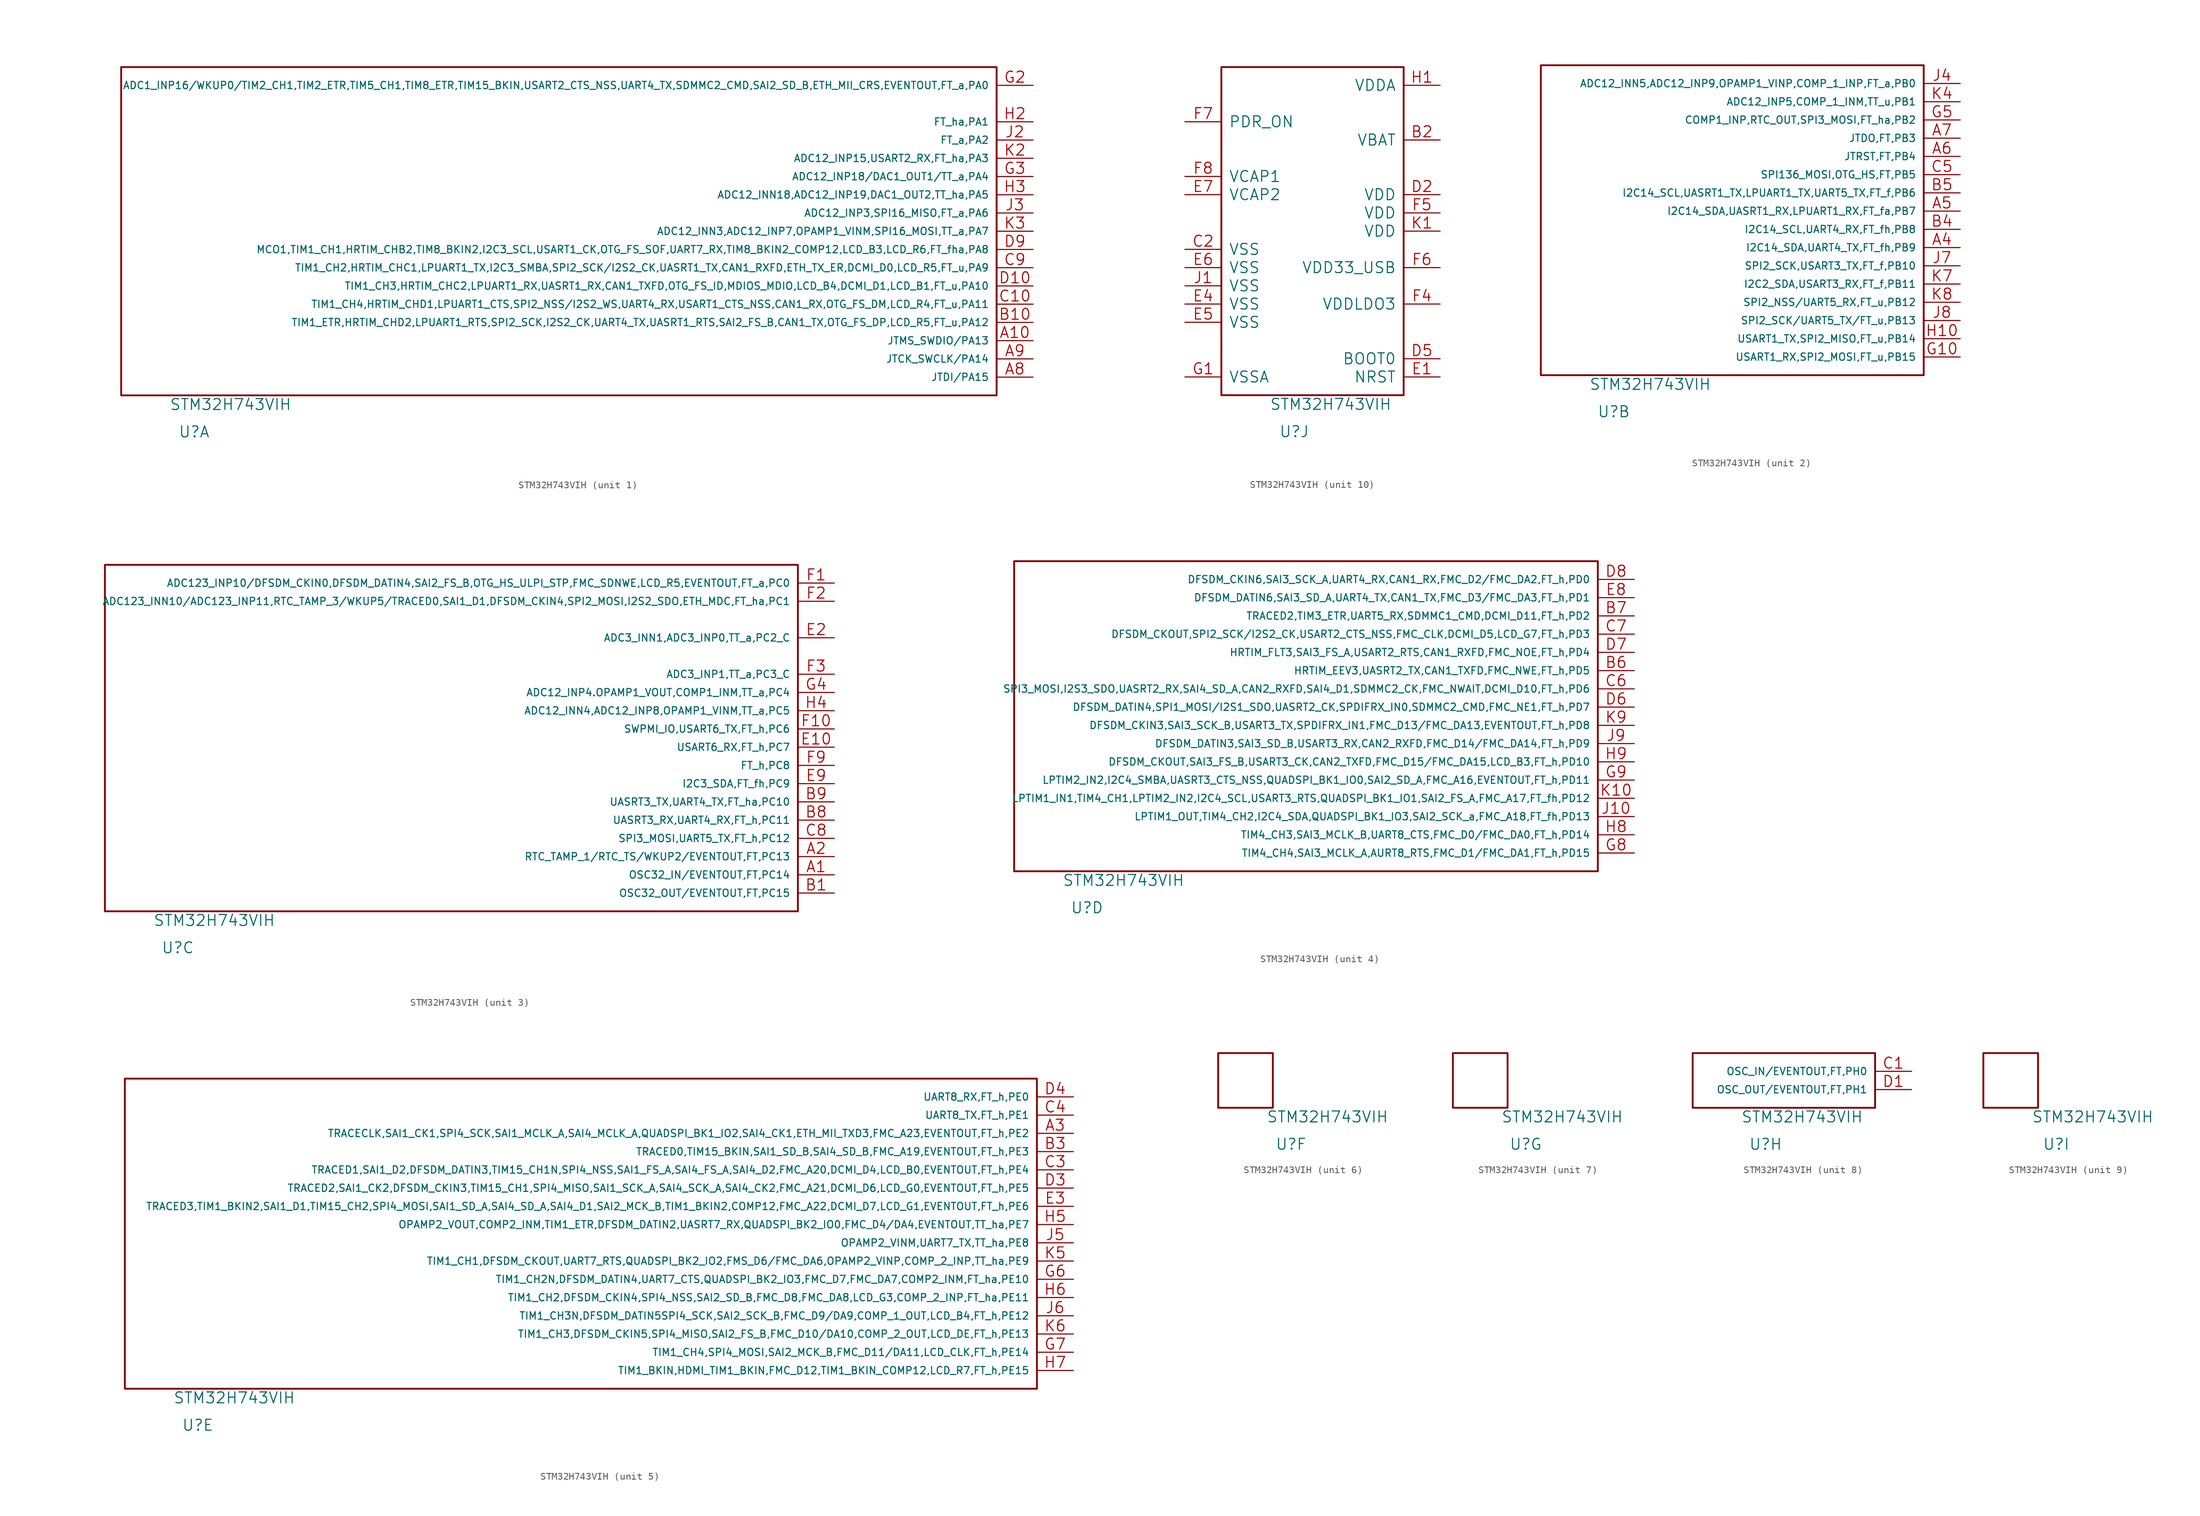
<source format=kicad_sym>
(kicad_symbol_lib
  (version 20220914)
  (generator kicad_symbol_editor)
  (symbol "STM32H743VIH"
    (pin_names
      (offset 1.016))
    (property "Reference" "U"
      (at 10.16 -5.08 0)
      (effects (font (size 1.524 1.524))))
    (property "Value" "STM32H743VIH"
      (at 15.24 -1.27 0)
      (effects (font (size 1.524 1.524))))
    (property "ki_locked" ""
      (at 0 0 0)
      (effects (font (size 1.27 1.27))))
    (symbol "STM32H743VIH_1_1"
      (rectangle (start 0 45.72) (end 121.92 0) (stroke (width 0.254) (type solid)) (fill (type none)))
      (pin bidirectional line (at 127 7.62 180) (length 5.08) (name "JTMS_SWDIO/PA13" (effects (font (size 1.016 1.016)))) (number "A10" (effects (font (size 1.524 1.524)))))
      (pin bidirectional line (at 127 2.54 180) (length 5.08) (name "JTDI/PA15" (effects (font (size 1.016 1.016)))) (number "A8" (effects (font (size 1.524 1.524)))))
      (pin bidirectional line (at 127 5.08 180) (length 5.08) (name "JTCK_SWCLK/PA14" (effects (font (size 1.016 1.016)))) (number "A9" (effects (font (size 1.524 1.524)))))
      (pin bidirectional line (at 127 10.16 180) (length 5.08) (name "TIM1_ETR,HRTIM_CHD2,LPUART1_RTS,SPI2_SCK,I2S2_CK,UART4_TX,UASRT1_RTS,SAI2_FS_B,CAN1_TX,OTG_FS_DP,LCD_R5,FT_u,PA12" (effects (font (size 1.016 1.016)))) (number "B10" (effects (font (size 1.524 1.524)))))
      (pin bidirectional line (at 127 12.7 180) (length 5.08) (name "TIM1_CH4,HRTIM_CHD1,LPUART1_CTS,SPI2_NSS/I2S2_WS,UART4_RX,USART1_CTS_NSS,CAN1_RX,OTG_FS_DM,LCD_R4,FT_u,PA11" (effects (font (size 1.016 1.016)))) (number "C10" (effects (font (size 1.524 1.524)))))
      (pin bidirectional line (at 127 17.78 180) (length 5.08) (name "TIM1_CH2,HRTIM_CHC1,LPUART1_TX,I2C3_SMBA,SPI2_SCK/I2S2_CK,UASRT1_TX,CAN1_RXFD,ETH_TX_ER,DCMI_D0,LCD_R5,FT_u,PA9" (effects (font (size 1.016 1.016)))) (number "C9" (effects (font (size 1.524 1.524)))))
      (pin bidirectional line (at 127 15.24 180) (length 5.08) (name "TIM1_CH3,HRTIM_CHC2,LPUART1_RX,UASRT1_RX,CAN1_TXFD,OTG_FS_ID,MDIOS_MDIO,LCD_B4,DCMI_D1,LCD_B1,FT_u,PA10" (effects (font (size 1.016 1.016)))) (number "D10" (effects (font (size 1.524 1.524)))))
      (pin bidirectional line (at 127 20.32 180) (length 5.08) (name "MCO1,TIM1_CH1,HRTIM_CHB2,TIM8_BKIN2,I2C3_SCL,USART1_CK,OTG_FS_SOF,UART7_RX,TIM8_BKIN2_COMP12,LCD_B3,LCD_R6,FT_fha,PA8" (effects (font (size 1.016 1.016)))) (number "D9" (effects (font (size 1.524 1.524)))))
      (pin bidirectional line (at 127 43.18 180) (length 5.08) (name "ADC1_INP16/WKUP0/TIM2_CH1,TIM2_ETR,TIM5_CH1,TIM8_ETR,TIM15_BKIN,USART2_CTS_NSS,UART4_TX,SDMMC2_CMD,SAI2_SD_B,ETH_MII_CRS,EVENTOUT,FT_a,PA0" (effects (font (size 1.016 1.016)))) (number "G2" (effects (font (size 1.524 1.524)))))
      (pin bidirectional line (at 127 30.48 180) (length 5.08) (name "ADC12_INP18/DAC1_OUT1/TT_a,PA4" (effects (font (size 1.016 1.016)))) (number "G3" (effects (font (size 1.524 1.524)))))
      (pin bidirectional line (at 127 38.1 180) (length 5.08) (name "FT_ha,PA1" (effects (font (size 1.016 1.016)))) (number "H2" (effects (font (size 1.524 1.524)))))
      (pin bidirectional line (at 127 27.94 180) (length 5.08) (name "ADC12_INN18,ADC12_INP19,DAC1_OUT2,TT_ha,PA5" (effects (font (size 1.016 1.016)))) (number "H3" (effects (font (size 1.524 1.524)))))
      (pin bidirectional line (at 127 35.56 180) (length 5.08) (name "FT_a,PA2" (effects (font (size 1.016 1.016)))) (number "J2" (effects (font (size 1.524 1.524)))))
      (pin bidirectional line (at 127 25.4 180) (length 5.08) (name "ADC12_INP3,SPI16_MISO,FT_a,PA6" (effects (font (size 1.016 1.016)))) (number "J3" (effects (font (size 1.524 1.524)))))
      (pin bidirectional line (at 127 33.02 180) (length 5.08) (name "ADC12_INP15,USART2_RX,FT_ha,PA3" (effects (font (size 1.016 1.016)))) (number "K2" (effects (font (size 1.524 1.524)))))
      (pin bidirectional line (at 127 22.86 180) (length 5.08) (name "ADC12_INN3,ADC12_INP7,OPAMP1_VINM,SPI16_MOSI,TT_a,PA7" (effects (font (size 1.016 1.016)))) (number "K3" (effects (font (size 1.524 1.524))))))
    (symbol "STM32H743VIH_2_1"
      (rectangle (start 53.34 0) (end 0 43.18) (stroke (width 0.254) (type solid)) (fill (type none)))
      (pin bidirectional line (at 58.42 17.78 180) (length 5.08) (name "I2C14_SDA,UART4_TX,FT_fh,PB9" (effects (font (size 1.016 1.016)))) (number "A4" (effects (font (size 1.524 1.524)))))
      (pin bidirectional line (at 58.42 22.86 180) (length 5.08) (name "I2C14_SDA,UASRT1_RX,LPUART1_RX,FT_fa,PB7" (effects (font (size 1.016 1.016)))) (number "A5" (effects (font (size 1.524 1.524)))))
      (pin bidirectional line (at 58.42 30.48 180) (length 5.08) (name "JTRST,FT,PB4" (effects (font (size 1.016 1.016)))) (number "A6" (effects (font (size 1.524 1.524)))))
      (pin bidirectional line (at 58.42 33.02 180) (length 5.08) (name "JTDO,FT,PB3" (effects (font (size 1.016 1.016)))) (number "A7" (effects (font (size 1.524 1.524)))))
      (pin bidirectional line (at 58.42 20.32 180) (length 5.08) (name "I2C14_SCL,UART4_RX,FT_fh,PB8" (effects (font (size 1.016 1.016)))) (number "B4" (effects (font (size 1.524 1.524)))))
      (pin bidirectional line (at 58.42 25.4 180) (length 5.08) (name "I2C14_SCL,UASRT1_TX,LPUART1_TX,UART5_TX,FT_f,PB6" (effects (font (size 1.016 1.016)))) (number "B5" (effects (font (size 1.524 1.524)))))
      (pin bidirectional line (at 58.42 27.94 180) (length 5.08) (name "SPI136_MOSI,OTG_HS,FT,PB5" (effects (font (size 1.016 1.016)))) (number "C5" (effects (font (size 1.524 1.524)))))
      (pin bidirectional line (at 58.42 2.54 180) (length 5.08) (name "USART1_RX,SPI2_MOSI,FT_u,PB15" (effects (font (size 1.016 1.016)))) (number "G10" (effects (font (size 1.524 1.524)))))
      (pin bidirectional line (at 58.42 35.56 180) (length 5.08) (name "COMP1_INP,RTC_OUT,SPI3_MOSI,FT_ha,PB2" (effects (font (size 1.016 1.016)))) (number "G5" (effects (font (size 1.524 1.524)))))
      (pin bidirectional line (at 58.42 5.08 180) (length 5.08) (name "USART1_TX,SPI2_MISO,FT_u,PB14" (effects (font (size 1.016 1.016)))) (number "H10" (effects (font (size 1.524 1.524)))))
      (pin bidirectional line (at 58.42 40.64 180) (length 5.08) (name "ADC12_INN5,ADC12_INP9,OPAMP1_VINP,COMP_1_INP,FT_a,PB0" (effects (font (size 1.016 1.016)))) (number "J4" (effects (font (size 1.524 1.524)))))
      (pin bidirectional line (at 58.42 15.24 180) (length 5.08) (name "SPI2_SCK,USART3_TX,FT_f,PB10" (effects (font (size 1.016 1.016)))) (number "J7" (effects (font (size 1.524 1.524)))))
      (pin bidirectional line (at 58.42 7.62 180) (length 5.08) (name "SPI2_SCK/UART5_TX/FT_u,PB13" (effects (font (size 1.016 1.016)))) (number "J8" (effects (font (size 1.524 1.524)))))
      (pin bidirectional line (at 58.42 38.1 180) (length 5.08) (name "ADC12_INP5,COMP_1_INM,TT_u,PB1" (effects (font (size 1.016 1.016)))) (number "K4" (effects (font (size 1.524 1.524)))))
      (pin bidirectional line (at 58.42 12.7 180) (length 5.08) (name "I2C2_SDA,USART3_RX,FT_f,PB11" (effects (font (size 1.016 1.016)))) (number "K7" (effects (font (size 1.524 1.524)))))
      (pin bidirectional line (at 58.42 10.16 180) (length 5.08) (name "SPI2_NSS/UART5_RX,FT_u,PB12" (effects (font (size 1.016 1.016)))) (number "K8" (effects (font (size 1.524 1.524))))))
    (symbol "STM32H743VIH_3_1"
      (rectangle (start 96.52 0) (end 0 48.26) (stroke (width 0.254) (type solid)) (fill (type none)))
      (pin bidirectional line (at 101.6 5.08 180) (length 5.08) (name "OSC32_IN/EVENTOUT,FT,PC14" (effects (font (size 1.016 1.016)))) (number "A1" (effects (font (size 1.524 1.524)))))
      (pin bidirectional line (at 101.6 7.62 180) (length 5.08) (name "RTC_TAMP_1/RTC_TS/WKUP2/EVENTOUT,FT,PC13" (effects (font (size 1.016 1.016)))) (number "A2" (effects (font (size 1.524 1.524)))))
      (pin bidirectional line (at 101.6 2.54 180) (length 5.08) (name "OSC32_OUT/EVENTOUT,FT,PC15" (effects (font (size 1.016 1.016)))) (number "B1" (effects (font (size 1.524 1.524)))))
      (pin bidirectional line (at 101.6 12.7 180) (length 5.08) (name "UASRT3_RX,UART4_RX,FT_h,PC11" (effects (font (size 1.016 1.016)))) (number "B8" (effects (font (size 1.524 1.524)))))
      (pin bidirectional line (at 101.6 15.24 180) (length 5.08) (name "UASRT3_TX,UART4_TX,FT_ha,PC10" (effects (font (size 1.016 1.016)))) (number "B9" (effects (font (size 1.524 1.524)))))
      (pin bidirectional line (at 101.6 10.16 180) (length 5.08) (name "SPI3_MOSI,UART5_TX,FT_h,PC12" (effects (font (size 1.016 1.016)))) (number "C8" (effects (font (size 1.524 1.524)))))
      (pin bidirectional line (at 101.6 22.86 180) (length 5.08) (name "USART6_RX,FT_h,PC7" (effects (font (size 1.016 1.016)))) (number "E10" (effects (font (size 1.524 1.524)))))
      (pin input line (at 101.6 38.1 180) (length 5.08) (name "ADC3_INN1,ADC3_INP0,TT_a,PC2_C" (effects (font (size 1.016 1.016)))) (number "E2" (effects (font (size 1.524 1.524)))))
      (pin bidirectional line (at 101.6 17.78 180) (length 5.08) (name "I2C3_SDA,FT_fh,PC9" (effects (font (size 1.016 1.016)))) (number "E9" (effects (font (size 1.524 1.524)))))
      (pin bidirectional line (at 101.6 45.72 180) (length 5.08) (name "ADC123_INP10/DFSDM_CKIN0,DFSDM_DATIN4,SAI2_FS_B,OTG_HS_ULPI_STP,FMC_SDNWE,LCD_R5,EVENTOUT,FT_a,PC0" (effects (font (size 1.016 1.016)))) (number "F1" (effects (font (size 1.524 1.524)))))
      (pin bidirectional line (at 101.6 25.4 180) (length 5.08) (name "SWPMI_IO,USART6_TX,FT_h,PC6" (effects (font (size 1.016 1.016)))) (number "F10" (effects (font (size 1.524 1.524)))))
      (pin bidirectional line (at 101.6 43.18 180) (length 5.08) (name "ADC123_INN10/ADC123_INP11,RTC_TAMP_3/WKUP5/TRACED0,SAI1_D1,DFSDM_CKIN4,SPI2_MOSI,I2S2_SDO,ETH_MDC,FT_ha,PC1" (effects (font (size 1.016 1.016)))) (number "F2" (effects (font (size 1.524 1.524)))))
      (pin input line (at 101.6 33.02 180) (length 5.08) (name "ADC3_INP1,TT_a,PC3_C" (effects (font (size 1.016 1.016)))) (number "F3" (effects (font (size 1.524 1.524)))))
      (pin bidirectional line (at 101.6 20.32 180) (length 5.08) (name "FT_h,PC8" (effects (font (size 1.016 1.016)))) (number "F9" (effects (font (size 1.524 1.524)))))
      (pin bidirectional line (at 101.6 30.48 180) (length 5.08) (name "ADC12_INP4.OPAMP1_VOUT,COMP1_INM,TT_a,PC4" (effects (font (size 1.016 1.016)))) (number "G4" (effects (font (size 1.524 1.524)))))
      (pin bidirectional line (at 101.6 27.94 180) (length 5.08) (name "ADC12_INN4,ADC12_INP8,OPAMP1_VINM,TT_a,PC5" (effects (font (size 1.016 1.016)))) (number "H4" (effects (font (size 1.524 1.524))))))
    (symbol "STM32H743VIH_4_1"
      (rectangle (start 81.28 0) (end 0 43.18) (stroke (width 0.254) (type solid)) (fill (type none)))
      (pin bidirectional line (at 86.36 27.94 180) (length 5.08) (name "HRTIM_EEV3,UASRT2_TX,CAN1_TXFD,FMC_NWE,FT_h,PD5" (effects (font (size 1.016 1.016)))) (number "B6" (effects (font (size 1.524 1.524)))))
      (pin bidirectional line (at 86.36 35.56 180) (length 5.08) (name "TRACED2,TIM3_ETR,UART5_RX,SDMMC1_CMD,DCMI_D11,FT_h,PD2" (effects (font (size 1.016 1.016)))) (number "B7" (effects (font (size 1.524 1.524)))))
      (pin bidirectional line (at 86.36 25.4 180) (length 5.08) (name "SPI3_MOSI,I2S3_SDO,UASRT2_RX,SAI4_SD_A,CAN2_RXFD,SAI4_D1,SDMMC2_CK,FMC_NWAIT,DCMI_D10,FT_h,PD6" (effects (font (size 1.016 1.016)))) (number "C6" (effects (font (size 1.524 1.524)))))
      (pin bidirectional line (at 86.36 33.02 180) (length 5.08) (name "DFSDM_CKOUT,SPI2_SCK/I2S2_CK,USART2_CTS_NSS,FMC_CLK,DCMI_D5,LCD_G7,FT_h,PD3" (effects (font (size 1.016 1.016)))) (number "C7" (effects (font (size 1.524 1.524)))))
      (pin bidirectional line (at 86.36 22.86 180) (length 5.08) (name "DFSDM_DATIN4,SPI1_MOSI/I2S1_SDO,UASRT2_CK,SPDIFRX_IN0,SDMMC2_CMD,FMC_NE1,FT_h,PD7" (effects (font (size 1.016 1.016)))) (number "D6" (effects (font (size 1.524 1.524)))))
      (pin bidirectional line (at 86.36 30.48 180) (length 5.08) (name "HRTIM_FLT3,SAI3_FS_A,USART2_RTS,CAN1_RXFD,FMC_NOE,FT_h,PD4" (effects (font (size 1.016 1.016)))) (number "D7" (effects (font (size 1.524 1.524)))))
      (pin bidirectional line (at 86.36 40.64 180) (length 5.08) (name "DFSDM_CKIN6,SAI3_SCK_A,UART4_RX,CAN1_RX,FMC_D2/FMC_DA2,FT_h,PD0" (effects (font (size 1.016 1.016)))) (number "D8" (effects (font (size 1.524 1.524)))))
      (pin bidirectional line (at 86.36 38.1 180) (length 5.08) (name "DFSDM_DATIN6,SAI3_SD_A,UART4_TX,CAN1_TX,FMC_D3/FMC_DA3,FT_h,PD1" (effects (font (size 1.016 1.016)))) (number "E8" (effects (font (size 1.524 1.524)))))
      (pin bidirectional line (at 86.36 2.54 180) (length 5.08) (name "TIM4_CH4,SAI3_MCLK_A,AURT8_RTS,FMC_D1/FMC_DA1,FT_h,PD15" (effects (font (size 1.016 1.016)))) (number "G8" (effects (font (size 1.524 1.524)))))
      (pin bidirectional line (at 86.36 12.7 180) (length 5.08) (name "LPTIM2_IN2,I2C4_SMBA,UASRT3_CTS_NSS,QUADSPI_BK1_IO0,SAI2_SD_A,FMC_A16,EVENTOUT,FT_h,PD11" (effects (font (size 1.016 1.016)))) (number "G9" (effects (font (size 1.524 1.524)))))
      (pin bidirectional line (at 86.36 5.08 180) (length 5.08) (name "TIM4_CH3,SAI3_MCLK_B,UART8_CTS,FMC_D0/FMC_DA0,FT_h,PD14" (effects (font (size 1.016 1.016)))) (number "H8" (effects (font (size 1.524 1.524)))))
      (pin bidirectional line (at 86.36 15.24 180) (length 5.08) (name "DFSDM_CKOUT,SAI3_FS_B,USART3_CK,CAN2_TXFD,FMC_D15/FMC_DA15,LCD_B3,FT_h,PD10" (effects (font (size 1.016 1.016)))) (number "H9" (effects (font (size 1.524 1.524)))))
      (pin bidirectional line (at 86.36 7.62 180) (length 5.08) (name "LPTIM1_OUT,TIM4_CH2,I2C4_SDA,QUADSPI_BK1_IO3,SAI2_SCK_a,FMC_A18,FT_fh,PD13" (effects (font (size 1.016 1.016)))) (number "J10" (effects (font (size 1.524 1.524)))))
      (pin bidirectional line (at 86.36 17.78 180) (length 5.08) (name "DFSDM_DATIN3,SAI3_SD_B,USART3_RX,CAN2_RXFD,FMC_D14/FMC_DA14,FT_h,PD9" (effects (font (size 1.016 1.016)))) (number "J9" (effects (font (size 1.524 1.524)))))
      (pin bidirectional line (at 86.36 10.16 180) (length 5.08) (name "LPTIM1_IN1,TIM4_CH1,LPTIM2_IN2,I2C4_SCL,USART3_RTS,QUADSPI_BK1_IO1,SAI2_FS_A,FMC_A17,FT_fh,PD12" (effects (font (size 1.016 1.016)))) (number "K10" (effects (font (size 1.524 1.524)))))
      (pin bidirectional line (at 86.36 20.32 180) (length 5.08) (name "DFSDM_CKIN3,SAI3_SCK_B,USART3_TX,SPDIFRX_IN1,FMC_D13/FMC_DA13,EVENTOUT,FT_h,PD8" (effects (font (size 1.016 1.016)))) (number "K9" (effects (font (size 1.524 1.524))))))
    (symbol "STM32H743VIH_5_1"
      (rectangle (start 0 43.18) (end 127 0) (stroke (width 0.254) (type solid)) (fill (type none)))
      (pin bidirectional line (at 132.08 35.56 180) (length 5.08) (name "TRACECLK,SAI1_CK1,SPI4_SCK,SAI1_MCLK_A,SAI4_MCLK_A,QUADSPI_BK1_IO2,SAI4_CK1,ETH_MII_TXD3,FMC_A23,EVENTOUT,FT_h,PE2" (effects (font (size 1.016 1.016)))) (number "A3" (effects (font (size 1.524 1.524)))))
      (pin bidirectional line (at 132.08 33.02 180) (length 5.08) (name "TRACED0,TIM15_BKIN,SAI1_SD_B,SAI4_SD_B,FMC_A19,EVENTOUT,FT_h,PE3" (effects (font (size 1.016 1.016)))) (number "B3" (effects (font (size 1.524 1.524)))))
      (pin bidirectional line (at 132.08 30.48 180) (length 5.08) (name "TRACED1,SAI1_D2,DFSDM_DATIN3,TIM15_CH1N,SPI4_NSS,SAI1_FS_A,SAI4_FS_A,SAI4_D2,FMC_A20,DCMI_D4,LCD_B0,EVENTOUT,FT_h,PE4" (effects (font (size 1.016 1.016)))) (number "C3" (effects (font (size 1.524 1.524)))))
      (pin bidirectional line (at 132.08 38.1 180) (length 5.08) (name "UART8_TX,FT_h,PE1" (effects (font (size 1.016 1.016)))) (number "C4" (effects (font (size 1.524 1.524)))))
      (pin bidirectional line (at 132.08 27.94 180) (length 5.08) (name "TRACED2,SAI1_CK2,DFSDM_CKIN3,TIM15_CH1,SPI4_MISO,SAI1_SCK_A,SAI4_SCK_A,SAI4_CK2,FMC_A21,DCMI_D6,LCD_G0,EVENTOUT,FT_h,PE5" (effects (font (size 1.016 1.016)))) (number "D3" (effects (font (size 1.524 1.524)))))
      (pin bidirectional line (at 132.08 40.64 180) (length 5.08) (name "UART8_RX,FT_h,PE0" (effects (font (size 1.016 1.016)))) (number "D4" (effects (font (size 1.524 1.524)))))
      (pin bidirectional line (at 132.08 25.4 180) (length 5.08) (name "TRACED3,TIM1_BKIN2,SAI1_D1,TIM15_CH2,SPI4_MOSI,SAI1_SD_A,SAI4_SD_A,SAI4_D1,SAI2_MCK_B,TIM1_BKIN2,COMP12,FMC_A22,DCMI_D7,LCD_G1,EVENTOUT,FT_h,PE6" (effects (font (size 1.016 1.016)))) (number "E3" (effects (font (size 1.524 1.524)))))
      (pin bidirectional line (at 132.08 15.24 180) (length 5.08) (name "TIM1_CH2N,DFSDM_DATIN4,UART7_CTS,QUADSPI_BK2_IO3,FMC_D7,FMC_DA7,COMP2_INM,FT_ha,PE10" (effects (font (size 1.016 1.016)))) (number "G6" (effects (font (size 1.524 1.524)))))
      (pin bidirectional line (at 132.08 5.08 180) (length 5.08) (name "TIM1_CH4,SPI4_MOSI,SAI2_MCK_B,FMC_D11/DA11,LCD_CLK,FT_h,PE14" (effects (font (size 1.016 1.016)))) (number "G7" (effects (font (size 1.524 1.524)))))
      (pin bidirectional line (at 132.08 22.86 180) (length 5.08) (name "OPAMP2_VOUT,COMP2_INM,TIM1_ETR,DFSDM_DATIN2,UASRT7_RX,QUADSPI_BK2_IO0,FMC_D4/DA4,EVENTOUT,TT_ha,PE7" (effects (font (size 1.016 1.016)))) (number "H5" (effects (font (size 1.524 1.524)))))
      (pin bidirectional line (at 132.08 12.7 180) (length 5.08) (name "TIM1_CH2,DFSDM_CKIN4,SPI4_NSS,SAI2_SD_B,FMC_D8,FMC_DA8,LCD_G3,COMP_2_INP,FT_ha,PE11" (effects (font (size 1.016 1.016)))) (number "H6" (effects (font (size 1.524 1.524)))))
      (pin bidirectional line (at 132.08 2.54 180) (length 5.08) (name "TIM1_BKIN,HDMI_TIM1_BKIN,FMC_D12,TIM1_BKIN_COMP12,LCD_R7,FT_h,PE15" (effects (font (size 1.016 1.016)))) (number "H7" (effects (font (size 1.524 1.524)))))
      (pin bidirectional line (at 132.08 20.32 180) (length 5.08) (name "OPAMP2_VINM,UART7_TX,TT_ha,PE8" (effects (font (size 1.016 1.016)))) (number "J5" (effects (font (size 1.524 1.524)))))
      (pin bidirectional line (at 132.08 10.16 180) (length 5.08) (name "TIM1_CH3N,DFSDM_DATIN5SPI4_SCK,SAI2_SCK_B,FMC_D9/DA9,COMP_1_OUT,LCD_B4,FT_h,PE12" (effects (font (size 1.016 1.016)))) (number "J6" (effects (font (size 1.524 1.524)))))
      (pin bidirectional line (at 132.08 17.78 180) (length 5.08) (name "TIM1_CH1,DFSDM_CKOUT,UART7_RTS,QUADSPI_BK2_IO2,FMS_D6/FMC_DA6,OPAMP2_VINP,COMP_2_INP,TT_ha,PE9" (effects (font (size 1.016 1.016)))) (number "K5" (effects (font (size 1.524 1.524)))))
      (pin bidirectional line (at 132.08 7.62 180) (length 5.08) (name "TIM1_CH3,DFSDM_CKIN5,SPI4_MISO,SAI2_FS_B,FMC_D10/DA10,COMP_2_OUT,LCD_DE,FT_h,PE13" (effects (font (size 1.016 1.016)))) (number "K6" (effects (font (size 1.524 1.524))))))
    (symbol "STM32H743VIH_6_1"
      (rectangle (start 0 7.62) (end 7.62 0) (stroke (width 0.254) (type solid)) (fill (type none))))
    (symbol "STM32H743VIH_7_1"
      (rectangle (start 0 7.62) (end 7.62 0) (stroke (width 0.254) (type solid)) (fill (type none))))
    (symbol "STM32H743VIH_8_1"
      (rectangle (start 0 7.62) (end 25.4 0) (stroke (width 0.254) (type solid)) (fill (type none)))
      (pin bidirectional line (at 30.48 5.08 180) (length 5.08) (name "OSC_IN/EVENTOUT,FT,PH0" (effects (font (size 1.016 1.016)))) (number "C1" (effects (font (size 1.524 1.524)))))
      (pin bidirectional line (at 30.48 2.54 180) (length 5.08) (name "OSC_OUT/EVENTOUT,FT,PH1" (effects (font (size 1.016 1.016)))) (number "D1" (effects (font (size 1.524 1.524))))))
    (symbol "STM32H743VIH_9_1"
      (rectangle (start 0 7.62) (end 7.62 0) (stroke (width 0.254) (type solid)) (fill (type none))))
    (symbol "STM32H743VIH_10_1"
      (rectangle (start 0 45.72) (end 25.4 0) (stroke (width 0.254) (type solid)) (fill (type none)))
      (pin power_in line (at 30.48 35.56 180) (length 5.08) (name "VBAT" (effects (font (size 1.524 1.524)))) (number "B2" (effects (font (size 1.524 1.524)))))
      (pin power_in line (at -5.08 20.32 0) (length 5.08) (name "VSS" (effects (font (size 1.524 1.524)))) (number "C2" (effects (font (size 1.524 1.524)))))
      (pin power_in line (at 30.48 27.94 180) (length 5.08) (name "VDD" (effects (font (size 1.524 1.524)))) (number "D2" (effects (font (size 1.524 1.524)))))
      (pin input line (at 30.48 5.08 180) (length 5.08) (name "BOOT0" (effects (font (size 1.524 1.524)))) (number "D5" (effects (font (size 1.524 1.524)))))
      (pin input line (at 30.48 2.54 180) (length 5.08) (name "NRST" (effects (font (size 1.524 1.524)))) (number "E1" (effects (font (size 1.524 1.524)))))
      (pin power_in line (at -5.08 12.7 0) (length 5.08) (name "VSS" (effects (font (size 1.524 1.524)))) (number "E4" (effects (font (size 1.524 1.524)))))
      (pin power_in line (at -5.08 10.16 0) (length 5.08) (name "VSS" (effects (font (size 1.524 1.524)))) (number "E5" (effects (font (size 1.524 1.524)))))
      (pin power_in line (at -5.08 17.78 0) (length 5.08) (name "VSS" (effects (font (size 1.524 1.524)))) (number "E6" (effects (font (size 1.524 1.524)))))
      (pin power_out line (at -5.08 27.94 0) (length 5.08) (name "VCAP2" (effects (font (size 1.524 1.524)))) (number "E7" (effects (font (size 1.524 1.524)))))
      (pin power_in line (at 30.48 12.7 180) (length 5.08) (name "VDDLDO3" (effects (font (size 1.524 1.524)))) (number "F4" (effects (font (size 1.524 1.524)))))
      (pin power_in line (at 30.48 25.4 180) (length 5.08) (name "VDD" (effects (font (size 1.524 1.524)))) (number "F5" (effects (font (size 1.524 1.524)))))
      (pin power_in line (at 30.48 17.78 180) (length 5.08) (name "VDD33_USB" (effects (font (size 1.524 1.524)))) (number "F6" (effects (font (size 1.524 1.524)))))
      (pin input line (at -5.08 38.1 0) (length 5.08) (name "PDR_ON" (effects (font (size 1.524 1.524)))) (number "F7" (effects (font (size 1.524 1.524)))))
      (pin power_out line (at -5.08 30.48 0) (length 5.08) (name "VCAP1" (effects (font (size 1.524 1.524)))) (number "F8" (effects (font (size 1.524 1.524)))))
      (pin power_in line (at -5.08 2.54 0) (length 5.08) (name "VSSA" (effects (font (size 1.524 1.524)))) (number "G1" (effects (font (size 1.524 1.524)))))
      (pin power_in line (at 30.48 43.18 180) (length 5.08) (name "VDDA" (effects (font (size 1.524 1.524)))) (number "H1" (effects (font (size 1.524 1.524)))))
      (pin power_in line (at -5.08 15.24 0) (length 5.08) (name "VSS" (effects (font (size 1.524 1.524)))) (number "J1" (effects (font (size 1.524 1.524)))))
      (pin power_in line (at 30.48 22.86 180) (length 5.08) (name "VDD" (effects (font (size 1.524 1.524)))) (number "K1" (effects (font (size 1.524 1.524))))))))
</source>
